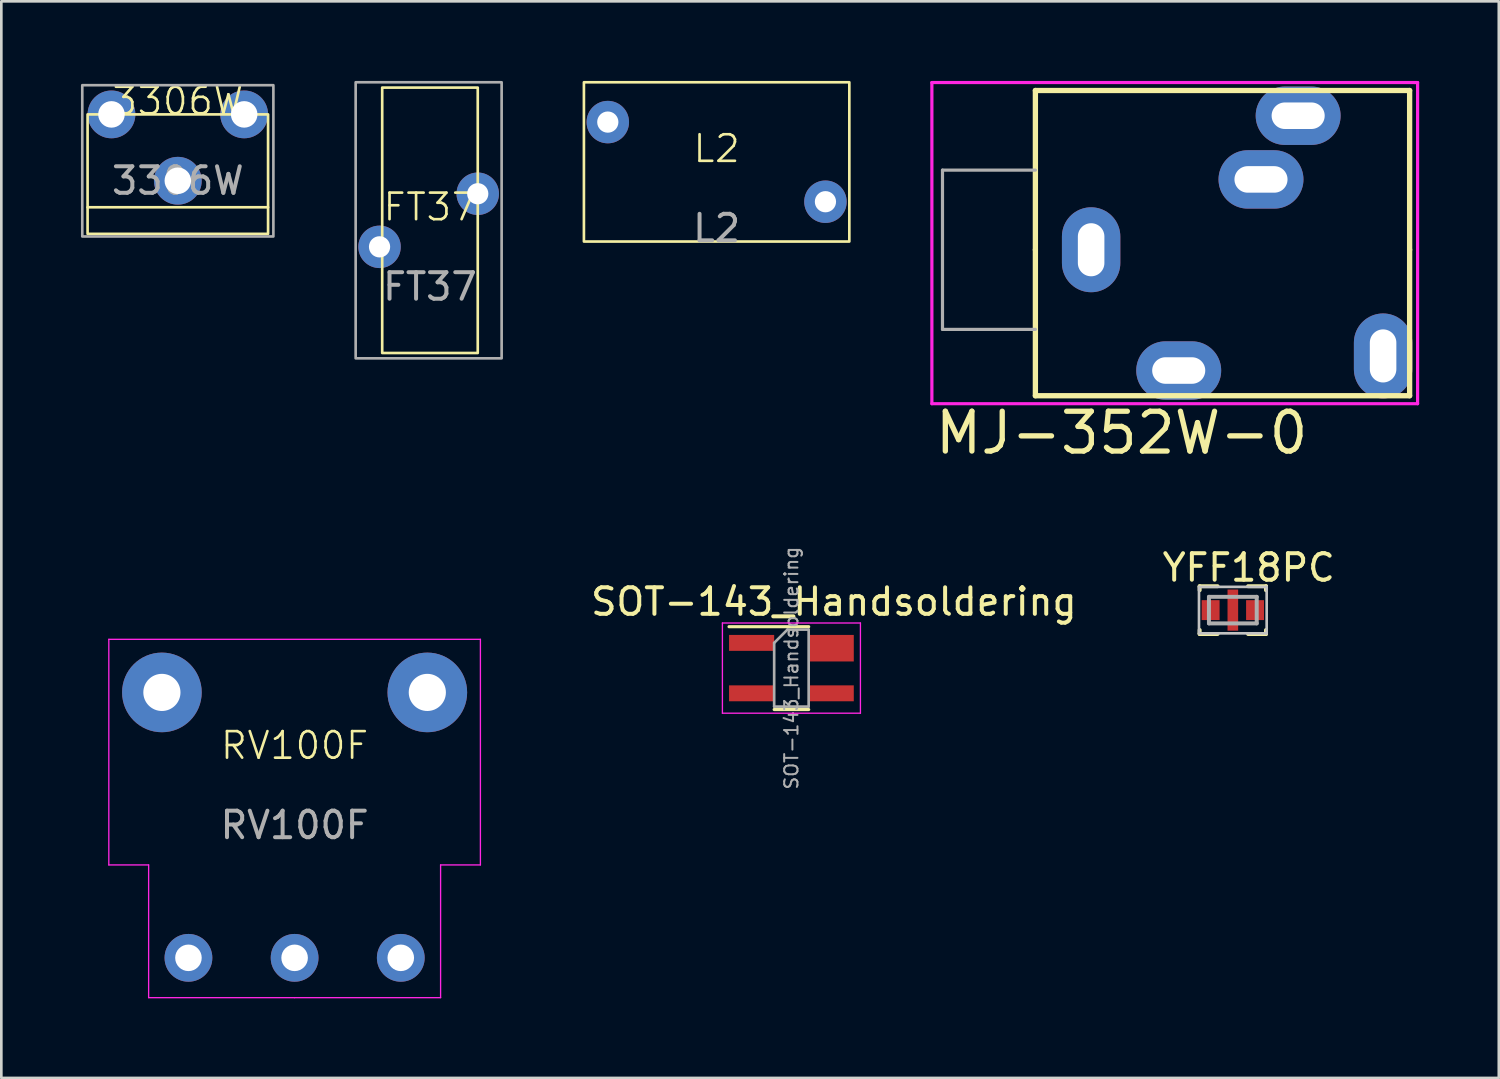
<source format=kicad_pcb>
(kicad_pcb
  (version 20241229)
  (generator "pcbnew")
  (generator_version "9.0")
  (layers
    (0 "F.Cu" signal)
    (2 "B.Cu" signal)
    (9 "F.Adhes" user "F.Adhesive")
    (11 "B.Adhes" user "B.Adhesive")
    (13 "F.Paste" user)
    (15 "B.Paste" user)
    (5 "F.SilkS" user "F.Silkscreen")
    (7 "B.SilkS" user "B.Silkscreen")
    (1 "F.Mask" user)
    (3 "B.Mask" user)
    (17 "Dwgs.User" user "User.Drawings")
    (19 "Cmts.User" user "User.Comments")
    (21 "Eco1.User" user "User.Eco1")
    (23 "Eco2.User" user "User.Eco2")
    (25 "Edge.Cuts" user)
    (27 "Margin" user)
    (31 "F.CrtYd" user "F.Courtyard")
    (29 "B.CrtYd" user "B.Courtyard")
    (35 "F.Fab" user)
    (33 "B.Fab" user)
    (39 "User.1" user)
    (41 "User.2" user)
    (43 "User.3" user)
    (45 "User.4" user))
  (footprint "MJ-352W-0"
    (layer "F.Cu")
    (at 35.96 6.36)
    (property "Reference" "MJ-352W-0" (at 3.25 6.9 0) (layer "F.SilkS") (effects (font (size 1.5 1.5) (thickness 0.2))))
    (attr through_hole)
    (fp_line (start 0 -6) (end 0 0) (stroke (width 0.2) (type default)) (layer "F.SilkS"))
    (fp_line (start 0 0) (end 0 5.5) (stroke (width 0.2) (type default)) (layer "F.SilkS"))
    (fp_line (start 0 5.5) (end 14.1 5.5) (stroke (width 0.2) (type default)) (layer "F.SilkS"))
    (fp_line (start 14.1 -6) (end 0 -6) (stroke (width 0.2) (type default)) (layer "F.SilkS"))
    (fp_line (start 14.1 0) (end 14.1 -6) (stroke (width 0.2) (type default)) (layer "F.SilkS"))
    (fp_line (start 14.1 5.5) (end 14.1 0) (stroke (width 0.2) (type default)) (layer "F.SilkS"))
    (fp_line (start -3.6 -3.1) (end -0.1 -3.1) (stroke (width 0.2) (type solid)) (layer "Eco2.User"))
    (fp_line (start -3.6 3.1) (end -3.6 -3.1) (stroke (width 0.2) (type solid)) (layer "Eco2.User"))
    (fp_line (start -0.1 3.1) (end -3.6 3.1) (stroke (width 0.2) (type solid)) (layer "Eco2.User"))
    (fp_line (start -3.9 -6.3) (end -3.9 5.8) (stroke (width 0.12) (type solid)) (layer "F.CrtYd"))
    (fp_line (start -3.9 5.8) (end 14.4 5.8) (stroke (width 0.12) (type solid)) (layer "F.CrtYd"))
    (fp_line (start 14.3 -6.3) (end -3.9 -6.3) (stroke (width 0.12) (type solid)) (layer "F.CrtYd"))
    (fp_line (start 14.3 -6.3) (end 14.4 -6.3) (stroke (width 0.12) (type solid)) (layer "F.CrtYd"))
    (fp_line (start 14.4 5.8) (end 14.4 -6.3) (stroke (width 0.12) (type solid)) (layer "F.CrtYd"))
    (fp_line (start -3.5 -3) (end 0 -3) (stroke (width 0.12) (type solid)) (layer "F.Fab"))
    (fp_line (start -3.5 3) (end -3.5 -3) (stroke (width 0.12) (type solid)) (layer "F.Fab"))
    (fp_line (start 0 3) (end -3.5 3) (stroke (width 0.12) (type solid)) (layer "F.Fab"))
    (pad "R" thru_hole oval (at 9.9 -5.05 90) (size 2.2 3.2) (drill oval 1 2) (layers "*.Cu" "*.Mask"))
    (pad "RN" thru_hole oval (at 8.5 -2.65 90) (size 2.2 3.2) (drill oval 1 2) (layers "*.Cu" "*.Mask"))
    (pad "S" thru_hole oval (at 2.1 0) (size 2.2 3.2) (drill oval 1 2) (layers "*.Cu" "*.Mask"))
    (pad "T" thru_hole oval (at 5.4 4.55 90) (size 2.2 3.2) (drill oval 1 2) (layers "*.Cu" "*.Mask"))
    (pad "TN" thru_hole oval (at 13.1 4) (size 2.2 3.2) (drill oval 1 2) (layers "*.Cu" "*.Mask")))
  (footprint "3306W"
    (layer "F.Cu")
    (at 3.65 1.26)
    (property "Reference" "3306W" (at 0 -0.5 0) (unlocked yes) (layer "F.SilkS") (effects (font (size 1 1) (thickness 0.1))))
    (attr through_hole)
    (fp_line (start -3.4 3.5) (end 3.4 3.5) (stroke (width 0.1) (type default)) (layer "F.SilkS"))
    (fp_rect (start 3.4 4.5) (end -3.4 0) (stroke (width 0.1) (type default)) (fill no) (layer "F.SilkS"))
    (fp_rect (start -3.6 4.6) (end 3.6 -1.1) (stroke (width 0.1) (type default)) (fill no) (layer "F.Fab"))
    (fp_text user "${REFERENCE}" (at 0 2.5 0) (unlocked yes) (layer "F.Fab") (effects (font (size 1 1) (thickness 0.15))))
    (pad "1" thru_hole circle (at -2.5 0) (size 1.8 1.8) (drill 1) (layers "*.Cu" "*.Mask"))
    (pad "2" thru_hole circle (at 0 2.5) (size 1.8 1.8) (drill 1) (layers "*.Cu" "*.Mask"))
    (pad "3" thru_hole circle (at 2.5 0) (size 1.8 1.8) (drill 1) (layers "*.Cu" "*.Mask")))
  (footprint "SOT-143_Handsoldering"
    (layer "F.Cu")
    (at 26.768 22.122)
    (property "Reference" "SOT-143_Handsoldering" (at 1.6 -2.5 0) (layer "F.SilkS") (effects (font (size 1 1) (thickness 0.15))))
    (attr smd)
    (fp_line (start -0.65 1.56) (end 0.65 1.56) (stroke (width 0.12) (type solid)) (layer "F.SilkS"))
    (fp_line (start 0.65 -1.56) (end -2.35 -1.56) (stroke (width 0.12) (type solid)) (layer "F.SilkS"))
    (fp_line (start -2.6 1.7) (end -2.6 -1.7) (stroke (width 0.05) (type solid)) (layer "F.CrtYd"))
    (fp_line (start -2.6 1.7) (end 2.6 1.7) (stroke (width 0.05) (type solid)) (layer "F.CrtYd"))
    (fp_line (start 2.6 -1.7) (end -2.6 -1.7) (stroke (width 0.05) (type solid)) (layer "F.CrtYd"))
    (fp_line (start 2.6 -1.7) (end 2.6 1.7) (stroke (width 0.05) (type solid)) (layer "F.CrtYd"))
    (fp_line (start -0.65 -0.95) (end -0.15 -1.45) (stroke (width 0.1) (type solid)) (layer "F.Fab"))
    (fp_line (start -0.65 1.45) (end -0.65 -0.95) (stroke (width 0.1) (type solid)) (layer "F.Fab"))
    (fp_line (start -0.15 -1.45) (end 0.65 -1.45) (stroke (width 0.1) (type solid)) (layer "F.Fab"))
    (fp_line (start 0.65 -1.45) (end 0.65 1.45) (stroke (width 0.1) (type solid)) (layer "F.Fab"))
    (fp_line (start 0.65 1.45) (end -0.65 1.45) (stroke (width 0.1) (type solid)) (layer "F.Fab"))
    (fp_text user "${REFERENCE}" (at 0 0 90) (layer "F.Fab") (effects (font (size 0.5 0.5) (thickness 0.075))))
    (pad "1" smd rect (at -1.5 -0.95) (size 1.7 0.6) (layers "F.Cu" "F.Mask" "F.Paste"))
    (pad "2" smd rect (at -1.5 0.95) (size 1.7 0.6) (layers "F.Cu" "F.Mask" "F.Paste"))
    (pad "3" smd rect (at 1.5 0.95) (size 1.7 0.6) (layers "F.Cu" "F.Mask" "F.Paste"))
    (pad "4" smd rect (at 1.5 -0.75) (size 1.7 1) (layers "F.Cu" "F.Mask" "F.Paste")))
  (footprint "YFF18PC"
    (layer "F.Cu")
    (at 43.399 19.937)
    (property "Reference" "YFF18PC" (at 0.6 -1.6 0) (layer "F.SilkS") (effects (font (size 1 1) (thickness 0.15))))
    (attr through_hole)
    (fp_line (start -1.25 -0.9) (end -0.575 -0.9) (stroke (width 0.15) (type solid)) (layer "F.SilkS"))
    (fp_line (start -1.25 -0.75) (end -1.25 -0.9) (stroke (width 0.15) (type solid)) (layer "F.SilkS"))
    (fp_line (start -1.25 0.9) (end -1.25 0.75) (stroke (width 0.15) (type solid)) (layer "F.SilkS"))
    (fp_line (start -1.25 0.9) (end -0.575 0.9) (stroke (width 0.15) (type solid)) (layer "F.SilkS"))
    (fp_line (start 0.575 -0.9) (end 1.25 -0.9) (stroke (width 0.15) (type solid)) (layer "F.SilkS"))
    (fp_line (start 0.575 0.9) (end 1.25 0.9) (stroke (width 0.15) (type solid)) (layer "F.SilkS"))
    (fp_line (start 1.25 -0.75) (end 1.25 -0.9) (stroke (width 0.15) (type solid)) (layer "F.SilkS"))
    (fp_line (start 1.25 0.9) (end 1.25 0.75) (stroke (width 0.15) (type solid)) (layer "F.SilkS"))
    (fp_line (start -1.275 -0.875) (end 1.275 -0.875) (stroke (width 0.1) (type solid)) (layer "Dwgs.User"))
    (fp_line (start -1.275 0.875) (end -1.275 -0.875) (stroke (width 0.1) (type solid)) (layer "Dwgs.User"))
    (fp_line (start 1.275 -0.875) (end 1.275 0.875) (stroke (width 0.1) (type solid)) (layer "Dwgs.User"))
    (fp_line (start 1.275 0.875) (end -1.275 0.875) (stroke (width 0.1) (type solid)) (layer "Dwgs.User"))
    (fp_line (start -0.9 -0.5) (end 0.9 -0.5) (stroke (width 0.15) (type solid)) (layer "F.Fab"))
    (fp_line (start -0.9 0.5) (end -0.9 -0.5) (stroke (width 0.15) (type solid)) (layer "F.Fab"))
    (fp_line (start 0.9 -0.5) (end 0.9 0.5) (stroke (width 0.15) (type solid)) (layer "F.Fab"))
    (fp_line (start 0.9 0.5) (end -0.9 0.5) (stroke (width 0.15) (type solid)) (layer "F.Fab"))
    (pad "1" smd rect (at -0.837 0) (size 0.675 0.75) (layers "F.Cu" "F.Mask" "F.Paste"))
    (pad "2" smd rect (at 0 0) (size 0.4 1.55) (layers "F.Cu" "F.Mask" "F.Paste"))
    (pad "3" smd rect (at 0.837 0) (size 0.675 0.75) (layers "F.Cu" "F.Mask" "F.Paste")))
  (footprint "FT37"
    (layer "F.Cu")
    (at 13.15 5.25)
    (property "Reference" "FT37" (at 0 -0.5 0) (unlocked yes) (layer "F.SilkS") (effects (font (size 1 1) (thickness 0.1))))
    (attr through_hole)
    (fp_rect (start -1.8 -5) (end 1.8 5) (stroke (width 0.1) (type default)) (fill no) (layer "F.SilkS"))
    (fp_rect (start -2.8 5.2) (end 2.7 -5.2) (stroke (width 0.1) (type default)) (fill no) (layer "F.Fab"))
    (fp_text user "${REFERENCE}" (at 0 2.5 0) (unlocked yes) (layer "F.Fab") (effects (font (size 1 1) (thickness 0.15))))
    (pad "1" thru_hole circle (at -1.9 1) (size 1.6 1.6) (drill 0.8) (layers "*.Cu" "*.Mask"))
    (pad "2" thru_hole circle (at 1.8 -1) (size 1.6 1.6) (drill 0.8) (layers "*.Cu" "*.Mask")))
  (footprint "RV100F"
    (layer "F.Cu")
    (at 8.05 25.538)
    (property "Reference" "RV100F" (at 0 -0.5 0) (unlocked yes) (layer "F.SilkS") (effects (font (size 1 1) (thickness 0.1))))
    (attr through_hole)
    (fp_circle (center 0 0) (end 8 0) (stroke (width 0.1) (type default)) (fill no) (layer "Eco2.User"))
    (fp_line (start -7 -4.5) (end -7 4) (stroke (width 0.05) (type default)) (layer "F.CrtYd"))
    (fp_line (start -5.5 4) (end -7 4) (stroke (width 0.05) (type default)) (layer "F.CrtYd"))
    (fp_line (start -5.5 9) (end -5.5 4) (stroke (width 0.05) (type default)) (layer "F.CrtYd"))
    (fp_line (start 0 9) (end -5.5 9) (stroke (width 0.05) (type default)) (layer "F.CrtYd"))
    (fp_line (start 0 9) (end 5.5 9) (stroke (width 0.05) (type default)) (layer "F.CrtYd"))
    (fp_line (start 5.5 4) (end 7 4) (stroke (width 0.05) (type default)) (layer "F.CrtYd"))
    (fp_line (start 5.5 9) (end 5.5 4) (stroke (width 0.05) (type default)) (layer "F.CrtYd"))
    (fp_line (start 7 -4.5) (end -7 -4.5) (stroke (width 0.05) (type default)) (layer "F.CrtYd"))
    (fp_line (start 7 -4.5) (end 7 4) (stroke (width 0.05) (type default)) (layer "F.CrtYd"))
    (fp_text user "${REFERENCE}" (at 0 2.5 0) (unlocked yes) (layer "F.Fab") (effects (font (size 1 1) (thickness 0.15))))
    (pad "" thru_hole circle (at -5 -2.5) (size 3 3) (drill 1.4) (layers "*.Cu" "*.Mask"))
    (pad "" thru_hole circle (at 5 -2.5) (size 3 3) (drill 1.4) (layers "*.Cu" "*.Mask"))
    (pad "1" thru_hole circle (at -4 7.5) (size 1.8 1.8) (drill 1) (layers "*.Cu" "*.Mask"))
    (pad "2" thru_hole circle (at 0 7.5) (size 1.8 1.8) (drill 1) (layers "*.Cu" "*.Mask"))
    (pad "3" thru_hole circle (at 4 7.5) (size 1.8 1.8) (drill 1) (layers "*.Cu" "*.Mask")))
  (footprint "L2"
    (layer "F.Cu")
    (at 23.95 3.05)
    (property "Reference" "L2" (at 0 -0.5 0) (unlocked yes) (layer "F.SilkS") (effects (font (size 1 1) (thickness 0.1))))
    (attr through_hole)
    (fp_rect (start -5 -3) (end 5 3) (stroke (width 0.1) (type default)) (fill no) (layer "F.SilkS"))
    (fp_text user "${REFERENCE}" (at 0 2.5 0) (unlocked yes) (layer "F.Fab") (effects (font (size 1 1) (thickness 0.15))))
    (pad "1" thru_hole circle (at -4.1 -1.5) (size 1.6 1.6) (drill 0.8) (layers "*.Cu" "*.Mask"))
    (pad "2" thru_hole circle (at 4.1 1.5) (size 1.6 1.6) (drill 0.8) (layers "*.Cu" "*.Mask")))
  (gr_rect
    (start -3 -3)
    (end 53.42 37.563)
    (stroke (width 0.1) (type default))
    (fill no)
    (layer "Edge.Cuts")))
</source>
